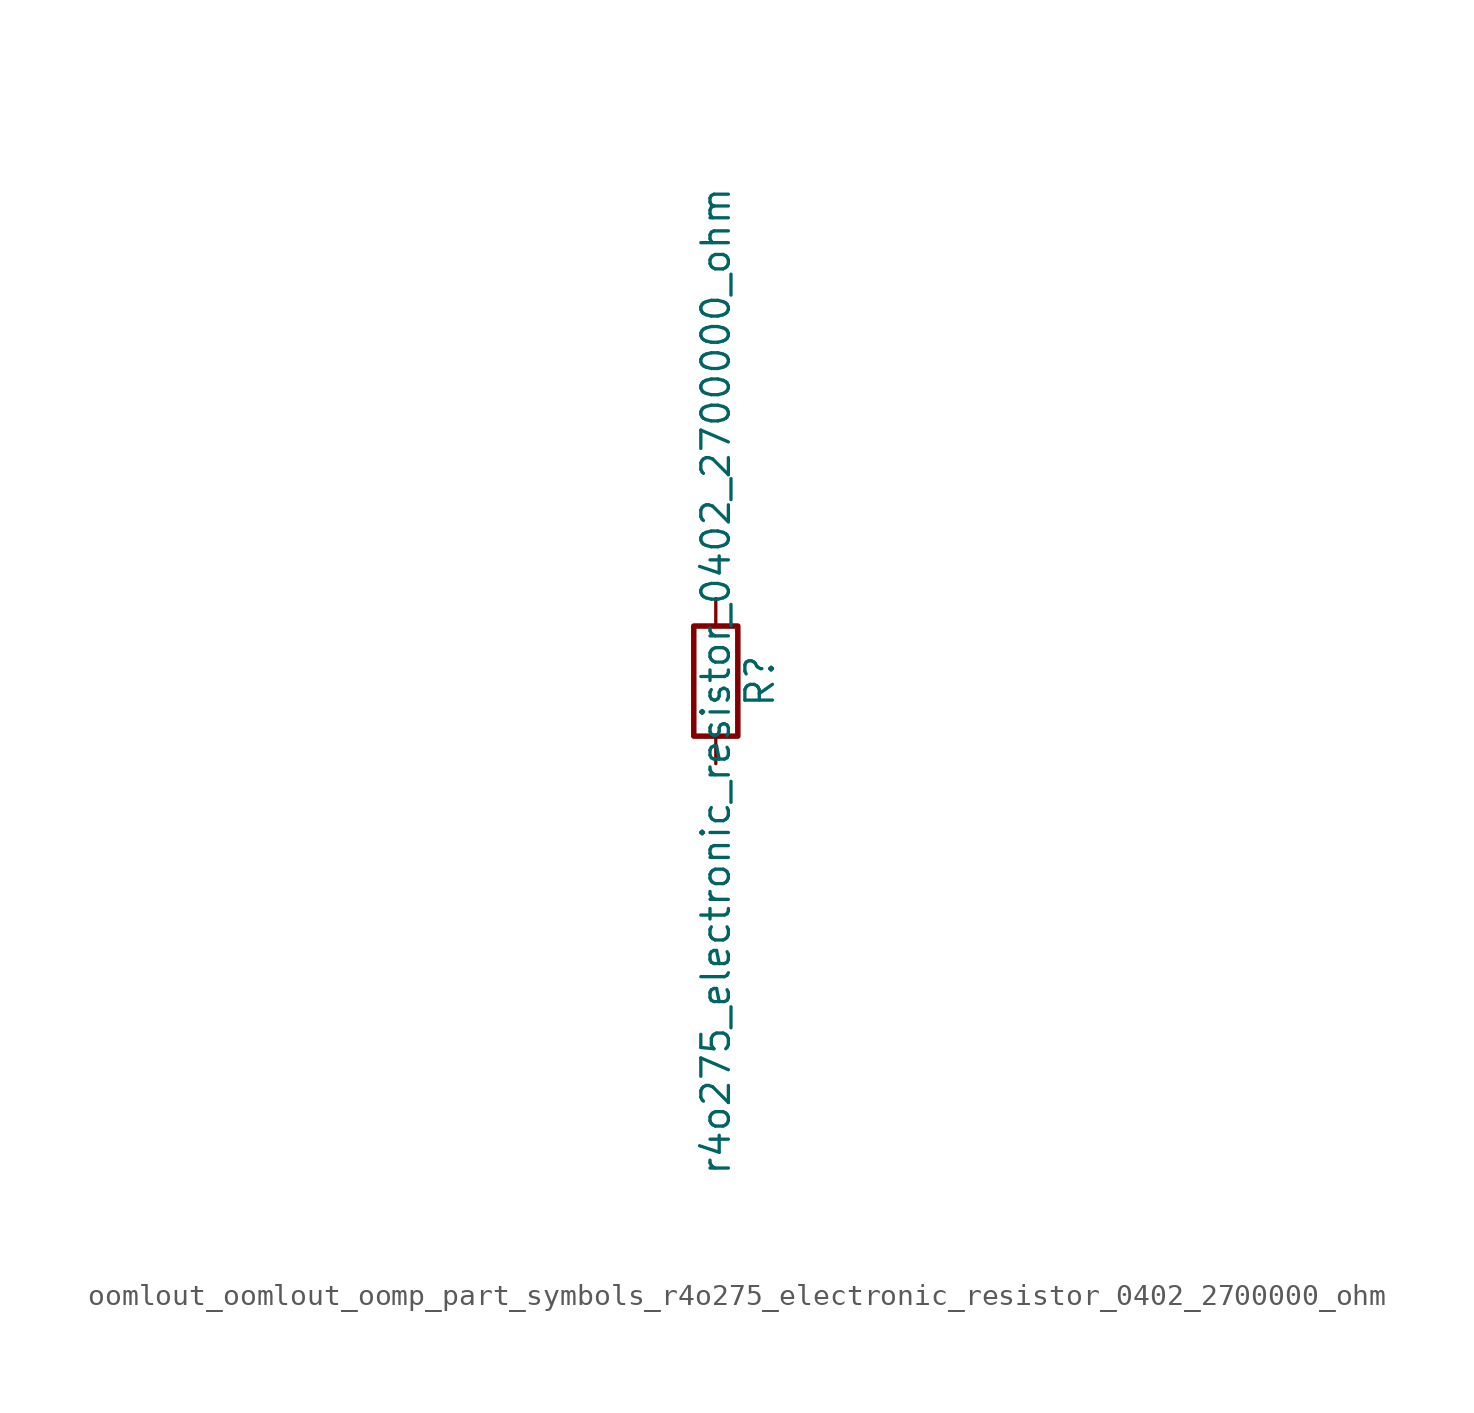
<source format=kicad_sym>
(kicad_symbol_lib
  (version 20220914)
  (generator kicad_symbol_editor)
  (symbol "oomlout_oomlout_oomp_part_symbols_r4o275_electronic_resistor_0402_2700000_ohm"
    (pin_numbers hide)
    (pin_names
      (offset 0))
    (property "Reference" "R"
      (at 2.032 0 90)
      (effects (font (size 1.27 1.27))))
    (property "Value" "r4o275_electronic_resistor_0402_2700000_ohm"
      (at 0 0 90)
      (effects (font (size 1.27 1.27))))
    (symbol "oomlout_oomlout_oomp_part_symbols_r4o275_electronic_resistor_0402_2700000_ohm_0_1"
      (rectangle (start -1.016 -2.54) (end 1.016 2.54) (stroke (width 0.254) (type default)) (fill (type none))))
    (symbol "oomlout_oomlout_oomp_part_symbols_r4o275_electronic_resistor_0402_2700000_ohm_1_1"
      (pin passive line (at 0 3.81 270) (length 1.27) (name "~" (effects (font (size 1.27 1.27)))) (number "1" (effects (font (size 1.27 1.27)))))
      (pin passive line (at 0 -3.81 90) (length 1.27) (name "~" (effects (font (size 1.27 1.27)))) (number "2" (effects (font (size 1.27 1.27))))))))
</source>
